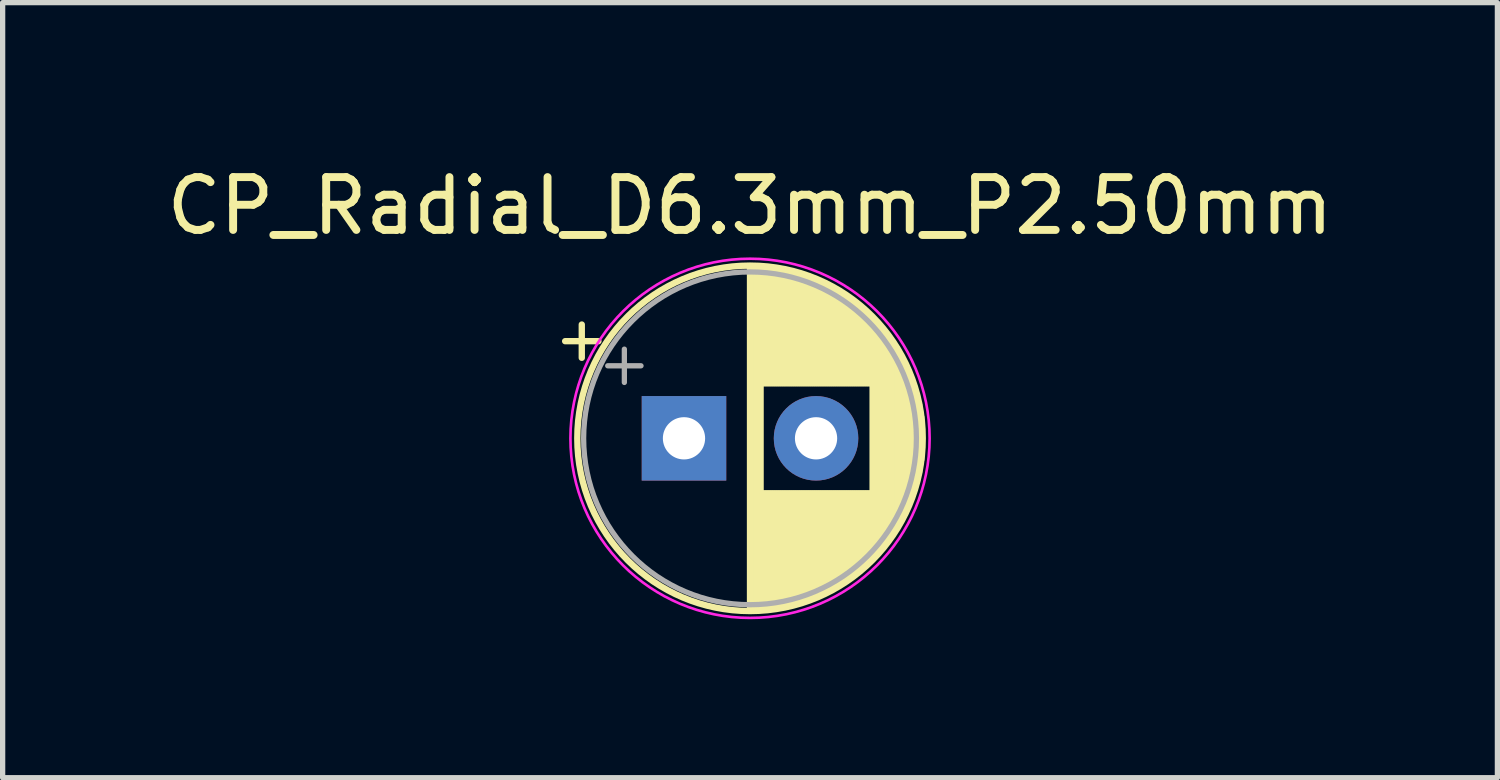
<source format=kicad_pcb>
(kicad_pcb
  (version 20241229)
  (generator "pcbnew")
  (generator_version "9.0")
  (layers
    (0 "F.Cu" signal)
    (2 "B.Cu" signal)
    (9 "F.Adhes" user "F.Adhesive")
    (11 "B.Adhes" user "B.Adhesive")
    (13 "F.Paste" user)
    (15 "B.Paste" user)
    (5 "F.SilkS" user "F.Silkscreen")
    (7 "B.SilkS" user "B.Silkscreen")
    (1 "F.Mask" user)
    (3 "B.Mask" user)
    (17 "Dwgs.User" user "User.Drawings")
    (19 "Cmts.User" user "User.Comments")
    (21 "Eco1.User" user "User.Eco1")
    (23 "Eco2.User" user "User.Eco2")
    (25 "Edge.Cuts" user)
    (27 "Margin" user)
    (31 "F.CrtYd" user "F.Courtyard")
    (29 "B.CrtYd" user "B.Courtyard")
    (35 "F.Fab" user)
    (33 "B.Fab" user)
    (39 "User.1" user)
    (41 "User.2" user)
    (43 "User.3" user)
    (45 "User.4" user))
  (footprint "CP_Radial_D6.3mm_P2.50mm"
    (layer "F.Cu")
    (at 9.899 5.248)
    (property "Reference" "CP_Radial_D6.3mm_P2.50mm" (at 1.25 -4.4 180) (layer "F.SilkS") (effects (font (size 1 1) (thickness 0.15))))
    (attr through_hole)
    (fp_line (start -2.25 -1.839) (end -1.62 -1.839) (stroke (width 0.12) (type solid)) (layer "F.SilkS"))
    (fp_line (start -1.935 -2.154) (end -1.935 -1.524) (stroke (width 0.12) (type solid)) (layer "F.SilkS"))
    (fp_line (start 1.25 -3.23) (end 1.25 3.23) (stroke (width 0.12) (type solid)) (layer "F.SilkS"))
    (fp_line (start 1.29 -3.23) (end 1.29 3.23) (stroke (width 0.12) (type solid)) (layer "F.SilkS"))
    (fp_line (start 1.33 -3.23) (end 1.33 3.23) (stroke (width 0.12) (type solid)) (layer "F.SilkS"))
    (fp_line (start 1.37 -3.228) (end 1.37 3.228) (stroke (width 0.12) (type solid)) (layer "F.SilkS"))
    (fp_line (start 1.41 -3.227) (end 1.41 3.227) (stroke (width 0.12) (type solid)) (layer "F.SilkS"))
    (fp_line (start 1.45 -3.224) (end 1.45 3.224) (stroke (width 0.12) (type solid)) (layer "F.SilkS"))
    (fp_line (start 1.49 -3.222) (end 1.49 -1.04) (stroke (width 0.12) (type solid)) (layer "F.SilkS"))
    (fp_line (start 1.49 1.04) (end 1.49 3.222) (stroke (width 0.12) (type solid)) (layer "F.SilkS"))
    (fp_line (start 1.53 -3.218) (end 1.53 -1.04) (stroke (width 0.12) (type solid)) (layer "F.SilkS"))
    (fp_line (start 1.53 1.04) (end 1.53 3.218) (stroke (width 0.12) (type solid)) (layer "F.SilkS"))
    (fp_line (start 1.57 -3.215) (end 1.57 -1.04) (stroke (width 0.12) (type solid)) (layer "F.SilkS"))
    (fp_line (start 1.57 1.04) (end 1.57 3.215) (stroke (width 0.12) (type solid)) (layer "F.SilkS"))
    (fp_line (start 1.61 -3.211) (end 1.61 -1.04) (stroke (width 0.12) (type solid)) (layer "F.SilkS"))
    (fp_line (start 1.61 1.04) (end 1.61 3.211) (stroke (width 0.12) (type solid)) (layer "F.SilkS"))
    (fp_line (start 1.65 -3.206) (end 1.65 -1.04) (stroke (width 0.12) (type solid)) (layer "F.SilkS"))
    (fp_line (start 1.65 1.04) (end 1.65 3.206) (stroke (width 0.12) (type solid)) (layer "F.SilkS"))
    (fp_line (start 1.69 -3.201) (end 1.69 -1.04) (stroke (width 0.12) (type solid)) (layer "F.SilkS"))
    (fp_line (start 1.69 1.04) (end 1.69 3.201) (stroke (width 0.12) (type solid)) (layer "F.SilkS"))
    (fp_line (start 1.73 -3.195) (end 1.73 -1.04) (stroke (width 0.12) (type solid)) (layer "F.SilkS"))
    (fp_line (start 1.73 1.04) (end 1.73 3.195) (stroke (width 0.12) (type solid)) (layer "F.SilkS"))
    (fp_line (start 1.77 -3.189) (end 1.77 -1.04) (stroke (width 0.12) (type solid)) (layer "F.SilkS"))
    (fp_line (start 1.77 1.04) (end 1.77 3.189) (stroke (width 0.12) (type solid)) (layer "F.SilkS"))
    (fp_line (start 1.81 -3.182) (end 1.81 -1.04) (stroke (width 0.12) (type solid)) (layer "F.SilkS"))
    (fp_line (start 1.81 1.04) (end 1.81 3.182) (stroke (width 0.12) (type solid)) (layer "F.SilkS"))
    (fp_line (start 1.85 -3.175) (end 1.85 -1.04) (stroke (width 0.12) (type solid)) (layer "F.SilkS"))
    (fp_line (start 1.85 1.04) (end 1.85 3.175) (stroke (width 0.12) (type solid)) (layer "F.SilkS"))
    (fp_line (start 1.89 -3.167) (end 1.89 -1.04) (stroke (width 0.12) (type solid)) (layer "F.SilkS"))
    (fp_line (start 1.89 1.04) (end 1.89 3.167) (stroke (width 0.12) (type solid)) (layer "F.SilkS"))
    (fp_line (start 1.93 -3.159) (end 1.93 -1.04) (stroke (width 0.12) (type solid)) (layer "F.SilkS"))
    (fp_line (start 1.93 1.04) (end 1.93 3.159) (stroke (width 0.12) (type solid)) (layer "F.SilkS"))
    (fp_line (start 1.971 -3.15) (end 1.971 -1.04) (stroke (width 0.12) (type solid)) (layer "F.SilkS"))
    (fp_line (start 1.971 1.04) (end 1.971 3.15) (stroke (width 0.12) (type solid)) (layer "F.SilkS"))
    (fp_line (start 2.011 -3.141) (end 2.011 -1.04) (stroke (width 0.12) (type solid)) (layer "F.SilkS"))
    (fp_line (start 2.011 1.04) (end 2.011 3.141) (stroke (width 0.12) (type solid)) (layer "F.SilkS"))
    (fp_line (start 2.051 -3.131) (end 2.051 -1.04) (stroke (width 0.12) (type solid)) (layer "F.SilkS"))
    (fp_line (start 2.051 1.04) (end 2.051 3.131) (stroke (width 0.12) (type solid)) (layer "F.SilkS"))
    (fp_line (start 2.091 -3.121) (end 2.091 -1.04) (stroke (width 0.12) (type solid)) (layer "F.SilkS"))
    (fp_line (start 2.091 1.04) (end 2.091 3.121) (stroke (width 0.12) (type solid)) (layer "F.SilkS"))
    (fp_line (start 2.131 -3.11) (end 2.131 -1.04) (stroke (width 0.12) (type solid)) (layer "F.SilkS"))
    (fp_line (start 2.131 1.04) (end 2.131 3.11) (stroke (width 0.12) (type solid)) (layer "F.SilkS"))
    (fp_line (start 2.171 -3.098) (end 2.171 -1.04) (stroke (width 0.12) (type solid)) (layer "F.SilkS"))
    (fp_line (start 2.171 1.04) (end 2.171 3.098) (stroke (width 0.12) (type solid)) (layer "F.SilkS"))
    (fp_line (start 2.211 -3.086) (end 2.211 -1.04) (stroke (width 0.12) (type solid)) (layer "F.SilkS"))
    (fp_line (start 2.211 1.04) (end 2.211 3.086) (stroke (width 0.12) (type solid)) (layer "F.SilkS"))
    (fp_line (start 2.251 -3.074) (end 2.251 -1.04) (stroke (width 0.12) (type solid)) (layer "F.SilkS"))
    (fp_line (start 2.251 1.04) (end 2.251 3.074) (stroke (width 0.12) (type solid)) (layer "F.SilkS"))
    (fp_line (start 2.291 -3.061) (end 2.291 -1.04) (stroke (width 0.12) (type solid)) (layer "F.SilkS"))
    (fp_line (start 2.291 1.04) (end 2.291 3.061) (stroke (width 0.12) (type solid)) (layer "F.SilkS"))
    (fp_line (start 2.331 -3.047) (end 2.331 -1.04) (stroke (width 0.12) (type solid)) (layer "F.SilkS"))
    (fp_line (start 2.331 1.04) (end 2.331 3.047) (stroke (width 0.12) (type solid)) (layer "F.SilkS"))
    (fp_line (start 2.371 -3.033) (end 2.371 -1.04) (stroke (width 0.12) (type solid)) (layer "F.SilkS"))
    (fp_line (start 2.371 1.04) (end 2.371 3.033) (stroke (width 0.12) (type solid)) (layer "F.SilkS"))
    (fp_line (start 2.411 -3.018) (end 2.411 -1.04) (stroke (width 0.12) (type solid)) (layer "F.SilkS"))
    (fp_line (start 2.411 1.04) (end 2.411 3.018) (stroke (width 0.12) (type solid)) (layer "F.SilkS"))
    (fp_line (start 2.451 -3.002) (end 2.451 -1.04) (stroke (width 0.12) (type solid)) (layer "F.SilkS"))
    (fp_line (start 2.451 1.04) (end 2.451 3.002) (stroke (width 0.12) (type solid)) (layer "F.SilkS"))
    (fp_line (start 2.491 -2.986) (end 2.491 -1.04) (stroke (width 0.12) (type solid)) (layer "F.SilkS"))
    (fp_line (start 2.491 1.04) (end 2.491 2.986) (stroke (width 0.12) (type solid)) (layer "F.SilkS"))
    (fp_line (start 2.531 -2.97) (end 2.531 -1.04) (stroke (width 0.12) (type solid)) (layer "F.SilkS"))
    (fp_line (start 2.531 1.04) (end 2.531 2.97) (stroke (width 0.12) (type solid)) (layer "F.SilkS"))
    (fp_line (start 2.571 -2.952) (end 2.571 -1.04) (stroke (width 0.12) (type solid)) (layer "F.SilkS"))
    (fp_line (start 2.571 1.04) (end 2.571 2.952) (stroke (width 0.12) (type solid)) (layer "F.SilkS"))
    (fp_line (start 2.611 -2.934) (end 2.611 -1.04) (stroke (width 0.12) (type solid)) (layer "F.SilkS"))
    (fp_line (start 2.611 1.04) (end 2.611 2.934) (stroke (width 0.12) (type solid)) (layer "F.SilkS"))
    (fp_line (start 2.651 -2.916) (end 2.651 -1.04) (stroke (width 0.12) (type solid)) (layer "F.SilkS"))
    (fp_line (start 2.651 1.04) (end 2.651 2.916) (stroke (width 0.12) (type solid)) (layer "F.SilkS"))
    (fp_line (start 2.691 -2.896) (end 2.691 -1.04) (stroke (width 0.12) (type solid)) (layer "F.SilkS"))
    (fp_line (start 2.691 1.04) (end 2.691 2.896) (stroke (width 0.12) (type solid)) (layer "F.SilkS"))
    (fp_line (start 2.731 -2.876) (end 2.731 -1.04) (stroke (width 0.12) (type solid)) (layer "F.SilkS"))
    (fp_line (start 2.731 1.04) (end 2.731 2.876) (stroke (width 0.12) (type solid)) (layer "F.SilkS"))
    (fp_line (start 2.771 -2.856) (end 2.771 -1.04) (stroke (width 0.12) (type solid)) (layer "F.SilkS"))
    (fp_line (start 2.771 1.04) (end 2.771 2.856) (stroke (width 0.12) (type solid)) (layer "F.SilkS"))
    (fp_line (start 2.811 -2.834) (end 2.811 -1.04) (stroke (width 0.12) (type solid)) (layer "F.SilkS"))
    (fp_line (start 2.811 1.04) (end 2.811 2.834) (stroke (width 0.12) (type solid)) (layer "F.SilkS"))
    (fp_line (start 2.851 -2.812) (end 2.851 -1.04) (stroke (width 0.12) (type solid)) (layer "F.SilkS"))
    (fp_line (start 2.851 1.04) (end 2.851 2.812) (stroke (width 0.12) (type solid)) (layer "F.SilkS"))
    (fp_line (start 2.891 -2.79) (end 2.891 -1.04) (stroke (width 0.12) (type solid)) (layer "F.SilkS"))
    (fp_line (start 2.891 1.04) (end 2.891 2.79) (stroke (width 0.12) (type solid)) (layer "F.SilkS"))
    (fp_line (start 2.931 -2.766) (end 2.931 -1.04) (stroke (width 0.12) (type solid)) (layer "F.SilkS"))
    (fp_line (start 2.931 1.04) (end 2.931 2.766) (stroke (width 0.12) (type solid)) (layer "F.SilkS"))
    (fp_line (start 2.971 -2.742) (end 2.971 -1.04) (stroke (width 0.12) (type solid)) (layer "F.SilkS"))
    (fp_line (start 2.971 1.04) (end 2.971 2.742) (stroke (width 0.12) (type solid)) (layer "F.SilkS"))
    (fp_line (start 3.011 -2.716) (end 3.011 -1.04) (stroke (width 0.12) (type solid)) (layer "F.SilkS"))
    (fp_line (start 3.011 1.04) (end 3.011 2.716) (stroke (width 0.12) (type solid)) (layer "F.SilkS"))
    (fp_line (start 3.051 -2.69) (end 3.051 -1.04) (stroke (width 0.12) (type solid)) (layer "F.SilkS"))
    (fp_line (start 3.051 1.04) (end 3.051 2.69) (stroke (width 0.12) (type solid)) (layer "F.SilkS"))
    (fp_line (start 3.091 -2.664) (end 3.091 -1.04) (stroke (width 0.12) (type solid)) (layer "F.SilkS"))
    (fp_line (start 3.091 1.04) (end 3.091 2.664) (stroke (width 0.12) (type solid)) (layer "F.SilkS"))
    (fp_line (start 3.131 -2.636) (end 3.131 -1.04) (stroke (width 0.12) (type solid)) (layer "F.SilkS"))
    (fp_line (start 3.131 1.04) (end 3.131 2.636) (stroke (width 0.12) (type solid)) (layer "F.SilkS"))
    (fp_line (start 3.171 -2.607) (end 3.171 -1.04) (stroke (width 0.12) (type solid)) (layer "F.SilkS"))
    (fp_line (start 3.171 1.04) (end 3.171 2.607) (stroke (width 0.12) (type solid)) (layer "F.SilkS"))
    (fp_line (start 3.211 -2.578) (end 3.211 -1.04) (stroke (width 0.12) (type solid)) (layer "F.SilkS"))
    (fp_line (start 3.211 1.04) (end 3.211 2.578) (stroke (width 0.12) (type solid)) (layer "F.SilkS"))
    (fp_line (start 3.251 -2.548) (end 3.251 -1.04) (stroke (width 0.12) (type solid)) (layer "F.SilkS"))
    (fp_line (start 3.251 1.04) (end 3.251 2.548) (stroke (width 0.12) (type solid)) (layer "F.SilkS"))
    (fp_line (start 3.291 -2.516) (end 3.291 -1.04) (stroke (width 0.12) (type solid)) (layer "F.SilkS"))
    (fp_line (start 3.291 1.04) (end 3.291 2.516) (stroke (width 0.12) (type solid)) (layer "F.SilkS"))
    (fp_line (start 3.331 -2.484) (end 3.331 -1.04) (stroke (width 0.12) (type solid)) (layer "F.SilkS"))
    (fp_line (start 3.331 1.04) (end 3.331 2.484) (stroke (width 0.12) (type solid)) (layer "F.SilkS"))
    (fp_line (start 3.371 -2.45) (end 3.371 -1.04) (stroke (width 0.12) (type solid)) (layer "F.SilkS"))
    (fp_line (start 3.371 1.04) (end 3.371 2.45) (stroke (width 0.12) (type solid)) (layer "F.SilkS"))
    (fp_line (start 3.411 -2.416) (end 3.411 -1.04) (stroke (width 0.12) (type solid)) (layer "F.SilkS"))
    (fp_line (start 3.411 1.04) (end 3.411 2.416) (stroke (width 0.12) (type solid)) (layer "F.SilkS"))
    (fp_line (start 3.451 -2.38) (end 3.451 -1.04) (stroke (width 0.12) (type solid)) (layer "F.SilkS"))
    (fp_line (start 3.451 1.04) (end 3.451 2.38) (stroke (width 0.12) (type solid)) (layer "F.SilkS"))
    (fp_line (start 3.491 -2.343) (end 3.491 -1.04) (stroke (width 0.12) (type solid)) (layer "F.SilkS"))
    (fp_line (start 3.491 1.04) (end 3.491 2.343) (stroke (width 0.12) (type solid)) (layer "F.SilkS"))
    (fp_line (start 3.531 -2.305) (end 3.531 -1.04) (stroke (width 0.12) (type solid)) (layer "F.SilkS"))
    (fp_line (start 3.531 1.04) (end 3.531 2.305) (stroke (width 0.12) (type solid)) (layer "F.SilkS"))
    (fp_line (start 3.571 -2.265) (end 3.571 2.265) (stroke (width 0.12) (type solid)) (layer "F.SilkS"))
    (fp_line (start 3.611 -2.224) (end 3.611 2.224) (stroke (width 0.12) (type solid)) (layer "F.SilkS"))
    (fp_line (start 3.651 -2.182) (end 3.651 2.182) (stroke (width 0.12) (type solid)) (layer "F.SilkS"))
    (fp_line (start 3.691 -2.137) (end 3.691 2.137) (stroke (width 0.12) (type solid)) (layer "F.SilkS"))
    (fp_line (start 3.731 -2.092) (end 3.731 2.092) (stroke (width 0.12) (type solid)) (layer "F.SilkS"))
    (fp_line (start 3.771 -2.044) (end 3.771 2.044) (stroke (width 0.12) (type solid)) (layer "F.SilkS"))
    (fp_line (start 3.811 -1.995) (end 3.811 1.995) (stroke (width 0.12) (type solid)) (layer "F.SilkS"))
    (fp_line (start 3.851 -1.944) (end 3.851 1.944) (stroke (width 0.12) (type solid)) (layer "F.SilkS"))
    (fp_line (start 3.891 -1.89) (end 3.891 1.89) (stroke (width 0.12) (type solid)) (layer "F.SilkS"))
    (fp_line (start 3.931 -1.834) (end 3.931 1.834) (stroke (width 0.12) (type solid)) (layer "F.SilkS"))
    (fp_line (start 3.971 -1.776) (end 3.971 1.776) (stroke (width 0.12) (type solid)) (layer "F.SilkS"))
    (fp_line (start 4.011 -1.714) (end 4.011 1.714) (stroke (width 0.12) (type solid)) (layer "F.SilkS"))
    (fp_line (start 4.051 -1.65) (end 4.051 1.65) (stroke (width 0.12) (type solid)) (layer "F.SilkS"))
    (fp_line (start 4.091 -1.581) (end 4.091 1.581) (stroke (width 0.12) (type solid)) (layer "F.SilkS"))
    (fp_line (start 4.131 -1.509) (end 4.131 1.509) (stroke (width 0.12) (type solid)) (layer "F.SilkS"))
    (fp_line (start 4.171 -1.432) (end 4.171 1.432) (stroke (width 0.12) (type solid)) (layer "F.SilkS"))
    (fp_line (start 4.211 -1.35) (end 4.211 1.35) (stroke (width 0.12) (type solid)) (layer "F.SilkS"))
    (fp_line (start 4.251 -1.262) (end 4.251 1.262) (stroke (width 0.12) (type solid)) (layer "F.SilkS"))
    (fp_line (start 4.291 -1.165) (end 4.291 1.165) (stroke (width 0.12) (type solid)) (layer "F.SilkS"))
    (fp_line (start 4.331 -1.059) (end 4.331 1.059) (stroke (width 0.12) (type solid)) (layer "F.SilkS"))
    (fp_line (start 4.371 -0.94) (end 4.371 0.94) (stroke (width 0.12) (type solid)) (layer "F.SilkS"))
    (fp_line (start 4.411 -0.802) (end 4.411 0.802) (stroke (width 0.12) (type solid)) (layer "F.SilkS"))
    (fp_line (start 4.451 -0.633) (end 4.451 0.633) (stroke (width 0.12) (type solid)) (layer "F.SilkS"))
    (fp_line (start 4.491 -0.402) (end 4.491 0.402) (stroke (width 0.12) (type solid)) (layer "F.SilkS"))
    (fp_circle (center 1.25 0) (end 4.52 0) (stroke (width 0.12) (type solid)) (fill no) (layer "F.SilkS"))
    (fp_circle (center 1.25 0) (end 4.65 0) (stroke (width 0.05) (type solid)) (fill no) (layer "F.CrtYd"))
    (fp_line (start -1.444 -1.373) (end -0.814 -1.373) (stroke (width 0.1) (type solid)) (layer "F.Fab"))
    (fp_line (start -1.129 -1.688) (end -1.129 -1.058) (stroke (width 0.1) (type solid)) (layer "F.Fab"))
    (fp_circle (center 1.25 0) (end 4.4 0) (stroke (width 0.1) (type solid)) (fill no) (layer "F.Fab"))
    (pad "1" thru_hole rect (at 0 0) (size 1.6 1.6) (drill 0.8) (layers "*.Cu" "*.Mask"))
    (pad "2" thru_hole circle (at 2.5 0) (size 1.6 1.6) (drill 0.8) (layers "*.Cu" "*.Mask")))
  (gr_rect
    (start -3 -3)
    (end 25.298 11.673)
    (stroke (width 0.1) (type default))
    (fill no)
    (layer "Edge.Cuts")))
</source>
